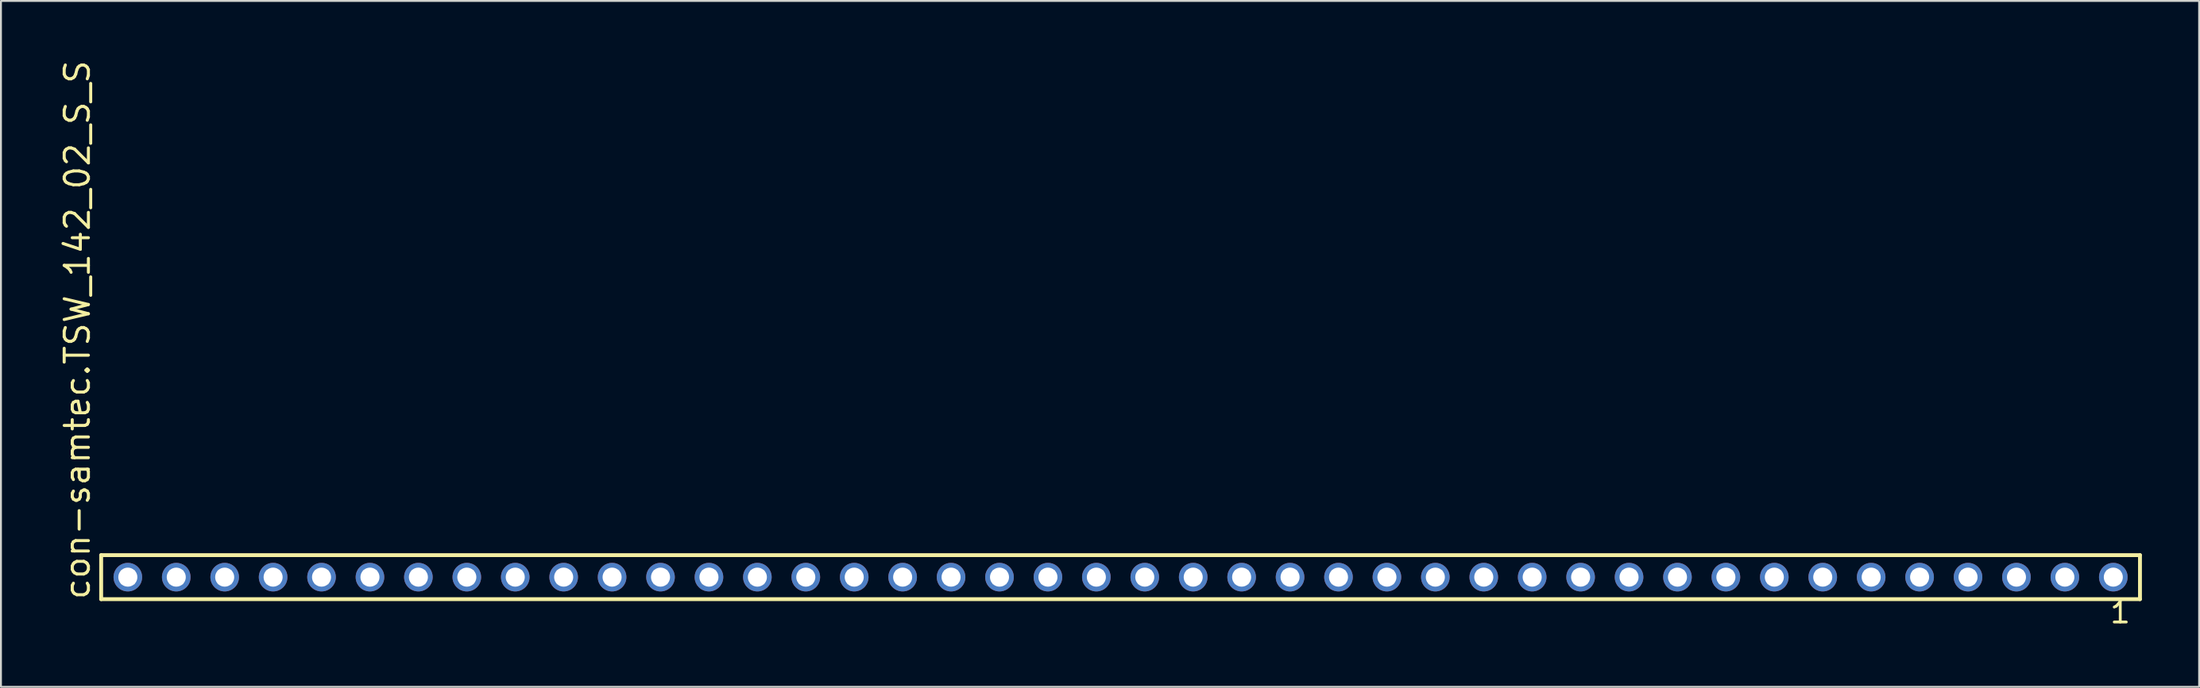
<source format=kicad_pcb>
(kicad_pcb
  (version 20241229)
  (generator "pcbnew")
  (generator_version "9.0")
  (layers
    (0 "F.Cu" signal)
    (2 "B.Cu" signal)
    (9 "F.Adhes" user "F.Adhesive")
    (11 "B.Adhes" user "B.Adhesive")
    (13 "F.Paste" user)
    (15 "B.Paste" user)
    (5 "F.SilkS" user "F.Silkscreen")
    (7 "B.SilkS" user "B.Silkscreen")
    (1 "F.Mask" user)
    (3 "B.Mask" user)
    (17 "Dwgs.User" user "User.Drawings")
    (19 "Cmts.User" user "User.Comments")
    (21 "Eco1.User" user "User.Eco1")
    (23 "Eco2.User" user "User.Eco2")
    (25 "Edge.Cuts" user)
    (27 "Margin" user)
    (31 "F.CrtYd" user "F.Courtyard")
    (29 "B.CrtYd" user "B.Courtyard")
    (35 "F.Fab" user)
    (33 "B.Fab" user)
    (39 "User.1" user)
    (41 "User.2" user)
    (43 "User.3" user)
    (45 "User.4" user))
  (footprint "con-samtec.TSW_142_02_S_S"
    (layer "F.Cu")
    (at 55.725 27.259)
    (property "Reference" "con-samtec.TSW_142_02_S_S" (at -53.975 1.27 90) (layer "F.SilkS") (effects (font (size 1.27 1.27) (thickness 0.16)) (justify left bottom)))
    (attr through_hole)
    (fp_line (start -53.469 -1.155) (end 53.469 -1.155) (stroke (width 0.203) (type default)) (layer "F.SilkS"))
    (fp_line (start -53.469 1.155) (end -53.469 -1.155) (stroke (width 0.203) (type default)) (layer "F.SilkS"))
    (fp_line (start 53.469 -1.155) (end 53.469 1.155) (stroke (width 0.203) (type default)) (layer "F.SilkS"))
    (fp_line (start 53.469 1.155) (end -53.469 1.155) (stroke (width 0.203) (type default)) (layer "F.SilkS"))
    (fp_rect (start -52.42 0.35) (end -51.72 -0.35) (stroke (width 0.05) (type default)) (fill no) (layer "F.Fab"))
    (fp_rect (start -49.88 0.35) (end -49.18 -0.35) (stroke (width 0.05) (type default)) (fill no) (layer "F.Fab"))
    (fp_rect (start -47.34 0.35) (end -46.64 -0.35) (stroke (width 0.05) (type default)) (fill no) (layer "F.Fab"))
    (fp_rect (start -44.8 0.35) (end -44.1 -0.35) (stroke (width 0.05) (type default)) (fill no) (layer "F.Fab"))
    (fp_rect (start -42.26 0.35) (end -41.56 -0.35) (stroke (width 0.05) (type default)) (fill no) (layer "F.Fab"))
    (fp_rect (start -39.72 0.35) (end -39.02 -0.35) (stroke (width 0.05) (type default)) (fill no) (layer "F.Fab"))
    (fp_rect (start -37.18 0.35) (end -36.48 -0.35) (stroke (width 0.05) (type default)) (fill no) (layer "F.Fab"))
    (fp_rect (start -34.64 0.35) (end -33.94 -0.35) (stroke (width 0.05) (type default)) (fill no) (layer "F.Fab"))
    (fp_rect (start -32.1 0.35) (end -31.4 -0.35) (stroke (width 0.05) (type default)) (fill no) (layer "F.Fab"))
    (fp_rect (start -29.56 0.35) (end -28.86 -0.35) (stroke (width 0.05) (type default)) (fill no) (layer "F.Fab"))
    (fp_rect (start -27.02 0.35) (end -26.32 -0.35) (stroke (width 0.05) (type default)) (fill no) (layer "F.Fab"))
    (fp_rect (start -24.48 0.35) (end -23.78 -0.35) (stroke (width 0.05) (type default)) (fill no) (layer "F.Fab"))
    (fp_rect (start -21.94 0.35) (end -21.24 -0.35) (stroke (width 0.05) (type default)) (fill no) (layer "F.Fab"))
    (fp_rect (start -19.4 0.35) (end -18.7 -0.35) (stroke (width 0.05) (type default)) (fill no) (layer "F.Fab"))
    (fp_rect (start -16.86 0.35) (end -16.16 -0.35) (stroke (width 0.05) (type default)) (fill no) (layer "F.Fab"))
    (fp_rect (start -14.32 0.35) (end -13.62 -0.35) (stroke (width 0.05) (type default)) (fill no) (layer "F.Fab"))
    (fp_rect (start -11.78 0.35) (end -11.08 -0.35) (stroke (width 0.05) (type default)) (fill no) (layer "F.Fab"))
    (fp_rect (start -9.24 0.35) (end -8.54 -0.35) (stroke (width 0.05) (type default)) (fill no) (layer "F.Fab"))
    (fp_rect (start -6.7 0.35) (end -6 -0.35) (stroke (width 0.05) (type default)) (fill no) (layer "F.Fab"))
    (fp_rect (start -4.16 0.35) (end -3.46 -0.35) (stroke (width 0.05) (type default)) (fill no) (layer "F.Fab"))
    (fp_rect (start -1.62 0.35) (end -0.92 -0.35) (stroke (width 0.05) (type default)) (fill no) (layer "F.Fab"))
    (fp_rect (start 0.92 0.35) (end 1.62 -0.35) (stroke (width 0.05) (type default)) (fill no) (layer "F.Fab"))
    (fp_rect (start 3.46 0.35) (end 4.16 -0.35) (stroke (width 0.05) (type default)) (fill no) (layer "F.Fab"))
    (fp_rect (start 6 0.35) (end 6.7 -0.35) (stroke (width 0.05) (type default)) (fill no) (layer "F.Fab"))
    (fp_rect (start 8.54 0.35) (end 9.24 -0.35) (stroke (width 0.05) (type default)) (fill no) (layer "F.Fab"))
    (fp_rect (start 11.08 0.35) (end 11.78 -0.35) (stroke (width 0.05) (type default)) (fill no) (layer "F.Fab"))
    (fp_rect (start 13.62 0.35) (end 14.32 -0.35) (stroke (width 0.05) (type default)) (fill no) (layer "F.Fab"))
    (fp_rect (start 16.16 0.35) (end 16.86 -0.35) (stroke (width 0.05) (type default)) (fill no) (layer "F.Fab"))
    (fp_rect (start 18.7 0.35) (end 19.4 -0.35) (stroke (width 0.05) (type default)) (fill no) (layer "F.Fab"))
    (fp_rect (start 21.24 0.35) (end 21.94 -0.35) (stroke (width 0.05) (type default)) (fill no) (layer "F.Fab"))
    (fp_rect (start 23.78 0.35) (end 24.48 -0.35) (stroke (width 0.05) (type default)) (fill no) (layer "F.Fab"))
    (fp_rect (start 26.32 0.35) (end 27.02 -0.35) (stroke (width 0.05) (type default)) (fill no) (layer "F.Fab"))
    (fp_rect (start 28.86 0.35) (end 29.56 -0.35) (stroke (width 0.05) (type default)) (fill no) (layer "F.Fab"))
    (fp_rect (start 31.4 0.35) (end 32.1 -0.35) (stroke (width 0.05) (type default)) (fill no) (layer "F.Fab"))
    (fp_rect (start 33.94 0.35) (end 34.64 -0.35) (stroke (width 0.05) (type default)) (fill no) (layer "F.Fab"))
    (fp_rect (start 36.48 0.35) (end 37.18 -0.35) (stroke (width 0.05) (type default)) (fill no) (layer "F.Fab"))
    (fp_rect (start 39.02 0.35) (end 39.72 -0.35) (stroke (width 0.05) (type default)) (fill no) (layer "F.Fab"))
    (fp_rect (start 41.56 0.35) (end 42.26 -0.35) (stroke (width 0.05) (type default)) (fill no) (layer "F.Fab"))
    (fp_rect (start 44.1 0.35) (end 44.8 -0.35) (stroke (width 0.05) (type default)) (fill no) (layer "F.Fab"))
    (fp_rect (start 46.64 0.35) (end 47.34 -0.35) (stroke (width 0.05) (type default)) (fill no) (layer "F.Fab"))
    (fp_rect (start 49.18 0.35) (end 49.88 -0.35) (stroke (width 0.05) (type default)) (fill no) (layer "F.Fab"))
    (fp_rect (start 51.72 0.35) (end 52.42 -0.35) (stroke (width 0.05) (type default)) (fill no) (layer "F.Fab"))
    (fp_text user "1" (at 51.812 2.498 0) (layer "F.SilkS") (effects (font (size 1.1 1.1) (thickness 0.15)) (justify left bottom)))
    (pad "1" thru_hole circle (at 52.07 0 180) (size 1.5 1.5) (drill 1) (layers "*.Cu" "*.Mask"))
    (pad "2" thru_hole circle (at 49.53 0 180) (size 1.5 1.5) (drill 1) (layers "*.Cu" "*.Mask"))
    (pad "3" thru_hole circle (at 46.99 0 180) (size 1.5 1.5) (drill 1) (layers "*.Cu" "*.Mask"))
    (pad "4" thru_hole circle (at 44.45 0 180) (size 1.5 1.5) (drill 1) (layers "*.Cu" "*.Mask"))
    (pad "5" thru_hole circle (at 41.91 0 180) (size 1.5 1.5) (drill 1) (layers "*.Cu" "*.Mask"))
    (pad "6" thru_hole circle (at 39.37 0 180) (size 1.5 1.5) (drill 1) (layers "*.Cu" "*.Mask"))
    (pad "7" thru_hole circle (at 36.83 0 180) (size 1.5 1.5) (drill 1) (layers "*.Cu" "*.Mask"))
    (pad "8" thru_hole circle (at 34.29 0 180) (size 1.5 1.5) (drill 1) (layers "*.Cu" "*.Mask"))
    (pad "9" thru_hole circle (at 31.75 0 180) (size 1.5 1.5) (drill 1) (layers "*.Cu" "*.Mask"))
    (pad "10" thru_hole circle (at 29.21 0 180) (size 1.5 1.5) (drill 1) (layers "*.Cu" "*.Mask"))
    (pad "11" thru_hole circle (at 26.67 0 180) (size 1.5 1.5) (drill 1) (layers "*.Cu" "*.Mask"))
    (pad "12" thru_hole circle (at 24.13 0 180) (size 1.5 1.5) (drill 1) (layers "*.Cu" "*.Mask"))
    (pad "13" thru_hole circle (at 21.59 0 180) (size 1.5 1.5) (drill 1) (layers "*.Cu" "*.Mask"))
    (pad "14" thru_hole circle (at 19.05 0 180) (size 1.5 1.5) (drill 1) (layers "*.Cu" "*.Mask"))
    (pad "15" thru_hole circle (at 16.51 0 180) (size 1.5 1.5) (drill 1) (layers "*.Cu" "*.Mask"))
    (pad "16" thru_hole circle (at 13.97 0 180) (size 1.5 1.5) (drill 1) (layers "*.Cu" "*.Mask"))
    (pad "17" thru_hole circle (at 11.43 0 180) (size 1.5 1.5) (drill 1) (layers "*.Cu" "*.Mask"))
    (pad "18" thru_hole circle (at 8.89 0 180) (size 1.5 1.5) (drill 1) (layers "*.Cu" "*.Mask"))
    (pad "19" thru_hole circle (at 6.35 0 180) (size 1.5 1.5) (drill 1) (layers "*.Cu" "*.Mask"))
    (pad "20" thru_hole circle (at 3.81 0 180) (size 1.5 1.5) (drill 1) (layers "*.Cu" "*.Mask"))
    (pad "21" thru_hole circle (at 1.27 0 180) (size 1.5 1.5) (drill 1) (layers "*.Cu" "*.Mask"))
    (pad "22" thru_hole circle (at -1.27 0 180) (size 1.5 1.5) (drill 1) (layers "*.Cu" "*.Mask"))
    (pad "23" thru_hole circle (at -3.81 0 180) (size 1.5 1.5) (drill 1) (layers "*.Cu" "*.Mask"))
    (pad "24" thru_hole circle (at -6.35 0 180) (size 1.5 1.5) (drill 1) (layers "*.Cu" "*.Mask"))
    (pad "25" thru_hole circle (at -8.89 0 180) (size 1.5 1.5) (drill 1) (layers "*.Cu" "*.Mask"))
    (pad "26" thru_hole circle (at -11.43 0 180) (size 1.5 1.5) (drill 1) (layers "*.Cu" "*.Mask"))
    (pad "27" thru_hole circle (at -13.97 0 180) (size 1.5 1.5) (drill 1) (layers "*.Cu" "*.Mask"))
    (pad "28" thru_hole circle (at -16.51 0 180) (size 1.5 1.5) (drill 1) (layers "*.Cu" "*.Mask"))
    (pad "29" thru_hole circle (at -19.05 0 180) (size 1.5 1.5) (drill 1) (layers "*.Cu" "*.Mask"))
    (pad "30" thru_hole circle (at -21.59 0 180) (size 1.5 1.5) (drill 1) (layers "*.Cu" "*.Mask"))
    (pad "31" thru_hole circle (at -24.13 0 180) (size 1.5 1.5) (drill 1) (layers "*.Cu" "*.Mask"))
    (pad "32" thru_hole circle (at -26.67 0 180) (size 1.5 1.5) (drill 1) (layers "*.Cu" "*.Mask"))
    (pad "33" thru_hole circle (at -29.21 0 180) (size 1.5 1.5) (drill 1) (layers "*.Cu" "*.Mask"))
    (pad "34" thru_hole circle (at -31.75 0 180) (size 1.5 1.5) (drill 1) (layers "*.Cu" "*.Mask"))
    (pad "35" thru_hole circle (at -34.29 0 180) (size 1.5 1.5) (drill 1) (layers "*.Cu" "*.Mask"))
    (pad "36" thru_hole circle (at -36.83 0 180) (size 1.5 1.5) (drill 1) (layers "*.Cu" "*.Mask"))
    (pad "37" thru_hole circle (at -39.37 0 180) (size 1.5 1.5) (drill 1) (layers "*.Cu" "*.Mask"))
    (pad "38" thru_hole circle (at -41.91 0 180) (size 1.5 1.5) (drill 1) (layers "*.Cu" "*.Mask"))
    (pad "39" thru_hole circle (at -44.45 0 180) (size 1.5 1.5) (drill 1) (layers "*.Cu" "*.Mask"))
    (pad "40" thru_hole circle (at -46.99 0 180) (size 1.5 1.5) (drill 1) (layers "*.Cu" "*.Mask"))
    (pad "41" thru_hole circle (at -49.53 0 180) (size 1.5 1.5) (drill 1) (layers "*.Cu" "*.Mask"))
    (pad "42" thru_hole circle (at -52.07 0 180) (size 1.5 1.5) (drill 1) (layers "*.Cu" "*.Mask")))
  (gr_rect
    (start -3 -3)
    (end 112.296 33.02)
    (stroke (width 0.1) (type default))
    (fill no)
    (layer "Edge.Cuts")))
</source>
